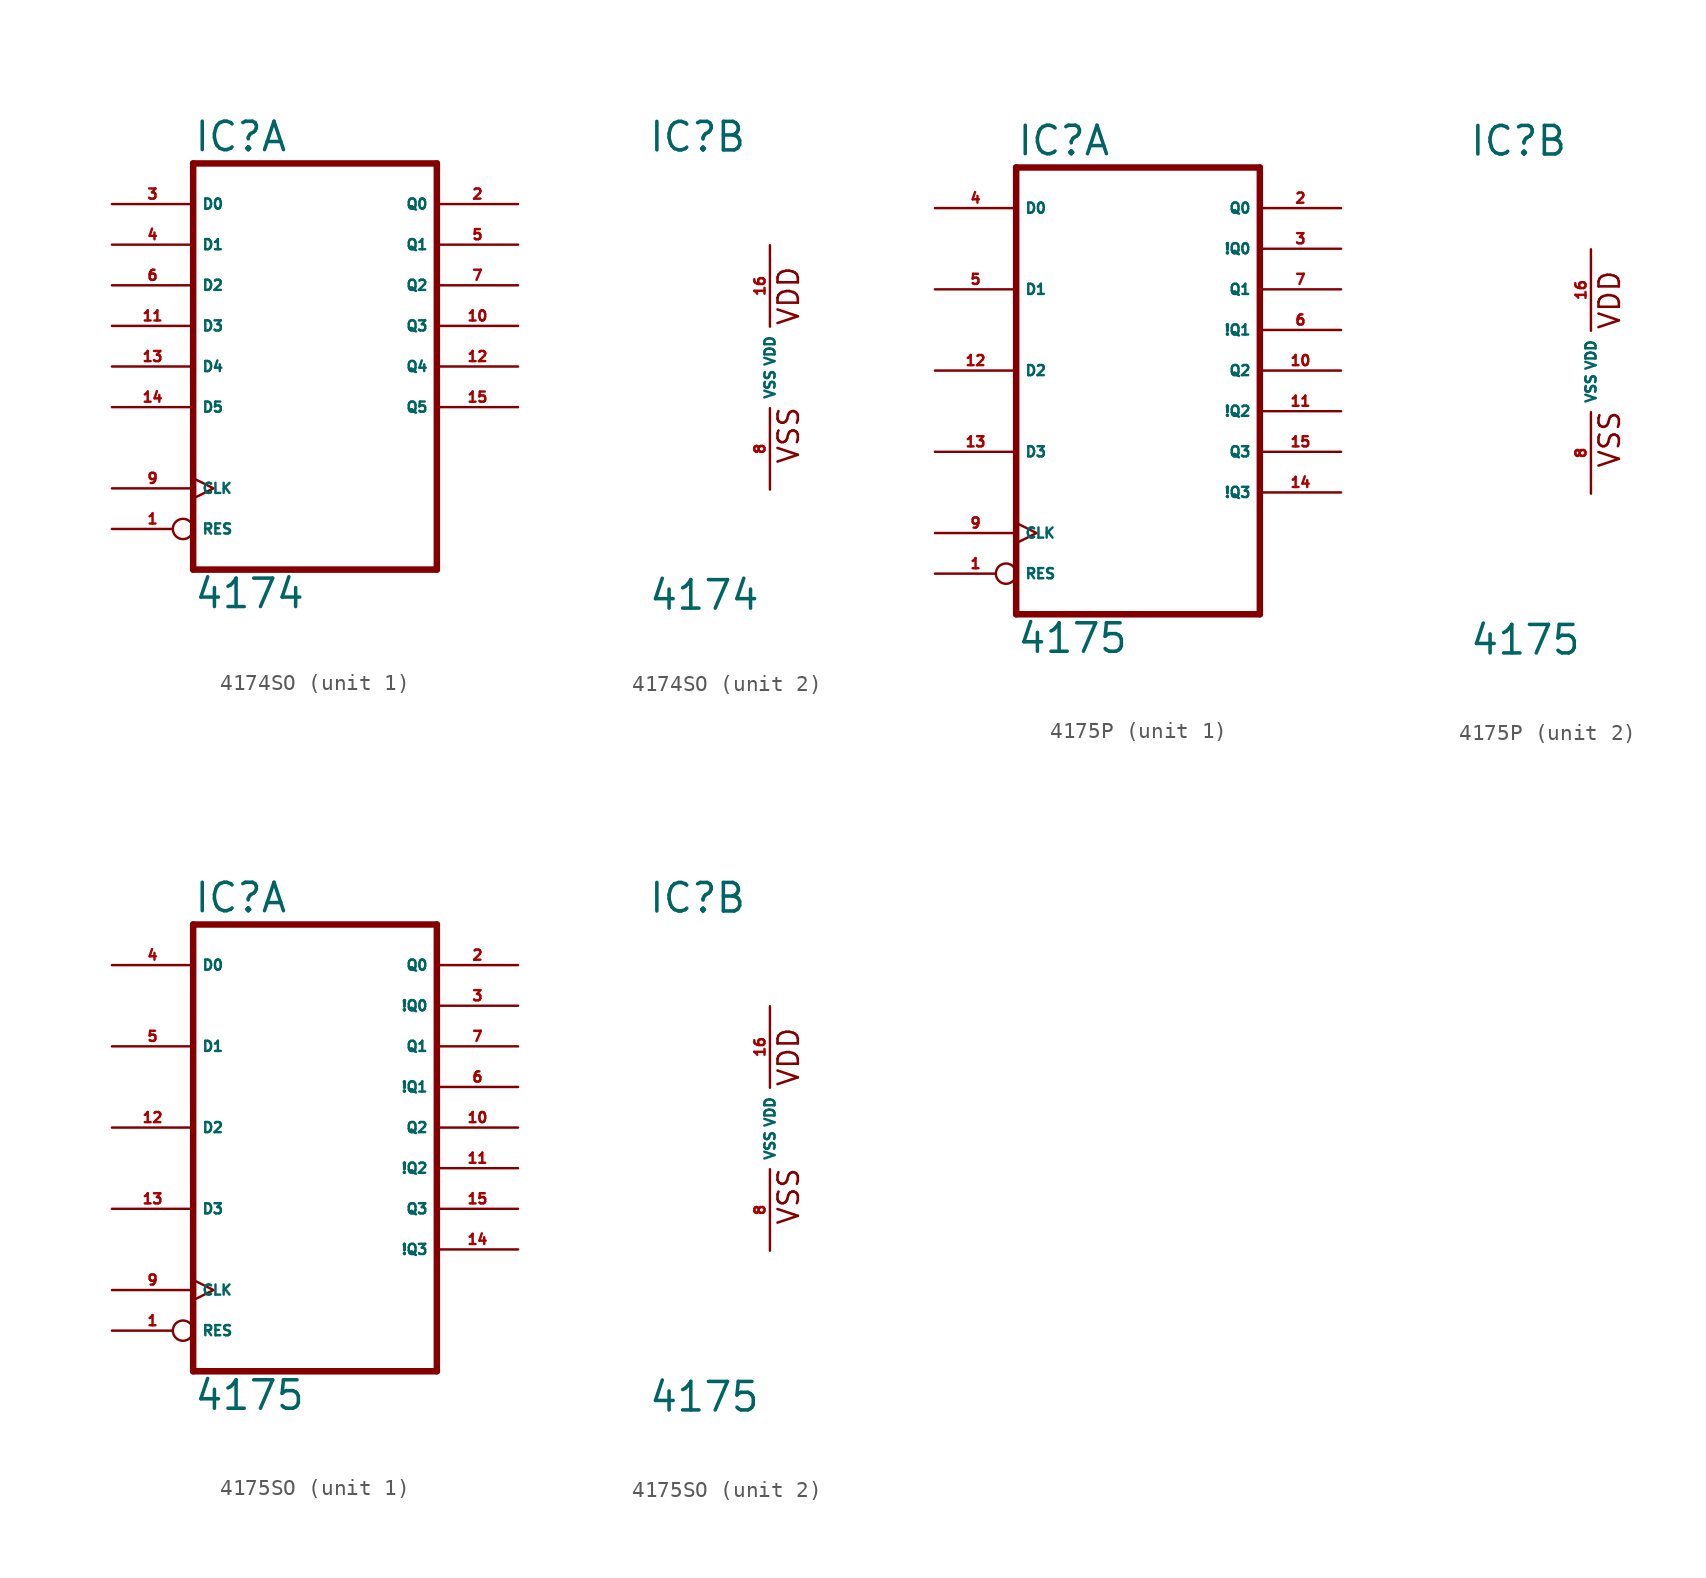
<source format=kicad_sym>
(kicad_symbol_lib
  (version 20220914)
  (generator Eagle2Kicad)
  (symbol "4174SO"
    (property "Reference" "IC"
      (at -7.62 13.335 0)
      (effects (font (size 1.778 1.778) (thickness 0.22)) (justify left bottom)))
    (property "Value" "4174"
      (at -7.62 -15.24 0)
      (effects (font (size 1.778 1.778) (thickness 0.22)) (justify left bottom)))
    (symbol "4174SO_1_0"
      (polyline (pts (xy -7.62 -12.7) (xy 7.62 -12.7)) (stroke (width 0.406) (type default)) (fill (type none)))
      (polyline (pts (xy 7.62 -12.7) (xy 7.62 12.7)) (stroke (width 0.406) (type default)) (fill (type none)))
      (polyline (pts (xy 7.62 12.7) (xy -7.62 12.7)) (stroke (width 0.406) (type default)) (fill (type none)))
      (polyline (pts (xy -7.62 12.7) (xy -7.62 -12.7)) (stroke (width 0.406) (type default)) (fill (type none)))
      (pin input inverted (at -12.7 -10.16 0) (length 5.08) (name "RES" (effects (font (size 0.635 0.635) (thickness 0.08)) (justify left bottom))) (number "1" (effects (font (size 0.635 0.635) (thickness 0.08)) (justify left bottom))))
      (pin output line (at 12.7 10.16 180) (length 5.08) (name "Q0" (effects (font (size 0.635 0.635) (thickness 0.08)) (justify left bottom))) (number "2" (effects (font (size 0.635 0.635) (thickness 0.08)) (justify left bottom))))
      (pin input line (at -12.7 10.16 0) (length 5.08) (name "D0" (effects (font (size 0.635 0.635) (thickness 0.08)) (justify left bottom))) (number "3" (effects (font (size 0.635 0.635) (thickness 0.08)) (justify left bottom))))
      (pin input line (at -12.7 7.62 0) (length 5.08) (name "D1" (effects (font (size 0.635 0.635) (thickness 0.08)) (justify left bottom))) (number "4" (effects (font (size 0.635 0.635) (thickness 0.08)) (justify left bottom))))
      (pin output line (at 12.7 7.62 180) (length 5.08) (name "Q1" (effects (font (size 0.635 0.635) (thickness 0.08)) (justify left bottom))) (number "5" (effects (font (size 0.635 0.635) (thickness 0.08)) (justify left bottom))))
      (pin input line (at -12.7 5.08 0) (length 5.08) (name "D2" (effects (font (size 0.635 0.635) (thickness 0.08)) (justify left bottom))) (number "6" (effects (font (size 0.635 0.635) (thickness 0.08)) (justify left bottom))))
      (pin output line (at 12.7 5.08 180) (length 5.08) (name "Q2" (effects (font (size 0.635 0.635) (thickness 0.08)) (justify left bottom))) (number "7" (effects (font (size 0.635 0.635) (thickness 0.08)) (justify left bottom))))
      (pin input clock (at -12.7 -7.62 0) (length 5.08) (name "CLK" (effects (font (size 0.635 0.635) (thickness 0.08)) (justify left bottom))) (number "9" (effects (font (size 0.635 0.635) (thickness 0.08)) (justify left bottom))))
      (pin output line (at 12.7 2.54 180) (length 5.08) (name "Q3" (effects (font (size 0.635 0.635) (thickness 0.08)) (justify left bottom))) (number "10" (effects (font (size 0.635 0.635) (thickness 0.08)) (justify left bottom))))
      (pin input line (at -12.7 2.54 0) (length 5.08) (name "D3" (effects (font (size 0.635 0.635) (thickness 0.08)) (justify left bottom))) (number "11" (effects (font (size 0.635 0.635) (thickness 0.08)) (justify left bottom))))
      (pin output line (at 12.7 0 180) (length 5.08) (name "Q4" (effects (font (size 0.635 0.635) (thickness 0.08)) (justify left bottom))) (number "12" (effects (font (size 0.635 0.635) (thickness 0.08)) (justify left bottom))))
      (pin input line (at -12.7 0 0) (length 5.08) (name "D4" (effects (font (size 0.635 0.635) (thickness 0.08)) (justify left bottom))) (number "13" (effects (font (size 0.635 0.635) (thickness 0.08)) (justify left bottom))))
      (pin input line (at -12.7 -2.54 0) (length 5.08) (name "D5" (effects (font (size 0.635 0.635) (thickness 0.08)) (justify left bottom))) (number "14" (effects (font (size 0.635 0.635) (thickness 0.08)) (justify left bottom))))
      (pin output line (at 12.7 -2.54 180) (length 5.08) (name "Q5" (effects (font (size 0.635 0.635) (thickness 0.08)) (justify left bottom))) (number "15" (effects (font (size 0.635 0.635) (thickness 0.08)) (justify left bottom)))))
    (symbol "4174SO_2_0"
      (text "VDD" (at 1.905 2.54 900) (effects (font (size 1.27 1.27) (thickness 0.16)) (justify left bottom)))
      (text "VSS" (at 1.905 -6.096 900) (effects (font (size 1.27 1.27) (thickness 0.16)) (justify left bottom)))
      (pin unspecified line (at 0 -7.62 90) (length 5.08) (name "VSS" (effects (font (size 0.635 0.635) (thickness 0.08)) (justify left bottom))) (number "8" (effects (font (size 0.635 0.635) (thickness 0.08)) (justify left bottom))))
      (pin unspecified line (at 0 7.62 270) (length 5.08) (name "VDD" (effects (font (size 0.635 0.635) (thickness 0.08)) (justify left bottom))) (number "16" (effects (font (size 0.635 0.635) (thickness 0.08)) (justify left bottom))))))
  (symbol "4175P"
    (property "Reference" "IC"
      (at -7.62 13.335 0)
      (effects (font (size 1.778 1.778) (thickness 0.22)) (justify left bottom)))
    (property "Value" "4175"
      (at -7.62 -17.78 0)
      (effects (font (size 1.778 1.778) (thickness 0.22)) (justify left bottom)))
    (symbol "4175P_1_0"
      (polyline (pts (xy -7.62 -15.24) (xy 7.62 -15.24)) (stroke (width 0.406) (type default)) (fill (type none)))
      (polyline (pts (xy 7.62 -15.24) (xy 7.62 12.7)) (stroke (width 0.406) (type default)) (fill (type none)))
      (polyline (pts (xy 7.62 12.7) (xy -7.62 12.7)) (stroke (width 0.406) (type default)) (fill (type none)))
      (polyline (pts (xy -7.62 12.7) (xy -7.62 -15.24)) (stroke (width 0.406) (type default)) (fill (type none)))
      (pin input inverted (at -12.7 -12.7 0) (length 5.08) (name "RES" (effects (font (size 0.635 0.635) (thickness 0.08)) (justify left bottom))) (number "1" (effects (font (size 0.635 0.635) (thickness 0.08)) (justify left bottom))))
      (pin output line (at 12.7 10.16 180) (length 5.08) (name "Q0" (effects (font (size 0.635 0.635) (thickness 0.08)) (justify left bottom))) (number "2" (effects (font (size 0.635 0.635) (thickness 0.08)) (justify left bottom))))
      (pin output line (at 12.7 7.62 180) (length 5.08) (name "!Q0" (effects (font (size 0.635 0.635) (thickness 0.08)) (justify left bottom))) (number "3" (effects (font (size 0.635 0.635) (thickness 0.08)) (justify left bottom))))
      (pin input line (at -12.7 10.16 0) (length 5.08) (name "D0" (effects (font (size 0.635 0.635) (thickness 0.08)) (justify left bottom))) (number "4" (effects (font (size 0.635 0.635) (thickness 0.08)) (justify left bottom))))
      (pin input line (at -12.7 5.08 0) (length 5.08) (name "D1" (effects (font (size 0.635 0.635) (thickness 0.08)) (justify left bottom))) (number "5" (effects (font (size 0.635 0.635) (thickness 0.08)) (justify left bottom))))
      (pin output line (at 12.7 2.54 180) (length 5.08) (name "!Q1" (effects (font (size 0.635 0.635) (thickness 0.08)) (justify left bottom))) (number "6" (effects (font (size 0.635 0.635) (thickness 0.08)) (justify left bottom))))
      (pin output line (at 12.7 5.08 180) (length 5.08) (name "Q1" (effects (font (size 0.635 0.635) (thickness 0.08)) (justify left bottom))) (number "7" (effects (font (size 0.635 0.635) (thickness 0.08)) (justify left bottom))))
      (pin input clock (at -12.7 -10.16 0) (length 5.08) (name "CLK" (effects (font (size 0.635 0.635) (thickness 0.08)) (justify left bottom))) (number "9" (effects (font (size 0.635 0.635) (thickness 0.08)) (justify left bottom))))
      (pin output line (at 12.7 0 180) (length 5.08) (name "Q2" (effects (font (size 0.635 0.635) (thickness 0.08)) (justify left bottom))) (number "10" (effects (font (size 0.635 0.635) (thickness 0.08)) (justify left bottom))))
      (pin output line (at 12.7 -2.54 180) (length 5.08) (name "!Q2" (effects (font (size 0.635 0.635) (thickness 0.08)) (justify left bottom))) (number "11" (effects (font (size 0.635 0.635) (thickness 0.08)) (justify left bottom))))
      (pin input line (at -12.7 0 0) (length 5.08) (name "D2" (effects (font (size 0.635 0.635) (thickness 0.08)) (justify left bottom))) (number "12" (effects (font (size 0.635 0.635) (thickness 0.08)) (justify left bottom))))
      (pin input line (at -12.7 -5.08 0) (length 5.08) (name "D3" (effects (font (size 0.635 0.635) (thickness 0.08)) (justify left bottom))) (number "13" (effects (font (size 0.635 0.635) (thickness 0.08)) (justify left bottom))))
      (pin output line (at 12.7 -7.62 180) (length 5.08) (name "!Q3" (effects (font (size 0.635 0.635) (thickness 0.08)) (justify left bottom))) (number "14" (effects (font (size 0.635 0.635) (thickness 0.08)) (justify left bottom))))
      (pin output line (at 12.7 -5.08 180) (length 5.08) (name "Q3" (effects (font (size 0.635 0.635) (thickness 0.08)) (justify left bottom))) (number "15" (effects (font (size 0.635 0.635) (thickness 0.08)) (justify left bottom)))))
    (symbol "4175P_2_0"
      (text "VDD" (at 1.905 2.54 900) (effects (font (size 1.27 1.27) (thickness 0.16)) (justify left bottom)))
      (text "VSS" (at 1.905 -6.096 900) (effects (font (size 1.27 1.27) (thickness 0.16)) (justify left bottom)))
      (pin unspecified line (at 0 -7.62 90) (length 5.08) (name "VSS" (effects (font (size 0.635 0.635) (thickness 0.08)) (justify left bottom))) (number "8" (effects (font (size 0.635 0.635) (thickness 0.08)) (justify left bottom))))
      (pin unspecified line (at 0 7.62 270) (length 5.08) (name "VDD" (effects (font (size 0.635 0.635) (thickness 0.08)) (justify left bottom))) (number "16" (effects (font (size 0.635 0.635) (thickness 0.08)) (justify left bottom))))))
  (symbol "4175SO"
    (property "Reference" "IC"
      (at -7.62 13.335 0)
      (effects (font (size 1.778 1.778) (thickness 0.22)) (justify left bottom)))
    (property "Value" "4175"
      (at -7.62 -17.78 0)
      (effects (font (size 1.778 1.778) (thickness 0.22)) (justify left bottom)))
    (symbol "4175SO_1_0"
      (polyline (pts (xy -7.62 -15.24) (xy 7.62 -15.24)) (stroke (width 0.406) (type default)) (fill (type none)))
      (polyline (pts (xy 7.62 -15.24) (xy 7.62 12.7)) (stroke (width 0.406) (type default)) (fill (type none)))
      (polyline (pts (xy 7.62 12.7) (xy -7.62 12.7)) (stroke (width 0.406) (type default)) (fill (type none)))
      (polyline (pts (xy -7.62 12.7) (xy -7.62 -15.24)) (stroke (width 0.406) (type default)) (fill (type none)))
      (pin input inverted (at -12.7 -12.7 0) (length 5.08) (name "RES" (effects (font (size 0.635 0.635) (thickness 0.08)) (justify left bottom))) (number "1" (effects (font (size 0.635 0.635) (thickness 0.08)) (justify left bottom))))
      (pin output line (at 12.7 10.16 180) (length 5.08) (name "Q0" (effects (font (size 0.635 0.635) (thickness 0.08)) (justify left bottom))) (number "2" (effects (font (size 0.635 0.635) (thickness 0.08)) (justify left bottom))))
      (pin output line (at 12.7 7.62 180) (length 5.08) (name "!Q0" (effects (font (size 0.635 0.635) (thickness 0.08)) (justify left bottom))) (number "3" (effects (font (size 0.635 0.635) (thickness 0.08)) (justify left bottom))))
      (pin input line (at -12.7 10.16 0) (length 5.08) (name "D0" (effects (font (size 0.635 0.635) (thickness 0.08)) (justify left bottom))) (number "4" (effects (font (size 0.635 0.635) (thickness 0.08)) (justify left bottom))))
      (pin input line (at -12.7 5.08 0) (length 5.08) (name "D1" (effects (font (size 0.635 0.635) (thickness 0.08)) (justify left bottom))) (number "5" (effects (font (size 0.635 0.635) (thickness 0.08)) (justify left bottom))))
      (pin output line (at 12.7 2.54 180) (length 5.08) (name "!Q1" (effects (font (size 0.635 0.635) (thickness 0.08)) (justify left bottom))) (number "6" (effects (font (size 0.635 0.635) (thickness 0.08)) (justify left bottom))))
      (pin output line (at 12.7 5.08 180) (length 5.08) (name "Q1" (effects (font (size 0.635 0.635) (thickness 0.08)) (justify left bottom))) (number "7" (effects (font (size 0.635 0.635) (thickness 0.08)) (justify left bottom))))
      (pin input clock (at -12.7 -10.16 0) (length 5.08) (name "CLK" (effects (font (size 0.635 0.635) (thickness 0.08)) (justify left bottom))) (number "9" (effects (font (size 0.635 0.635) (thickness 0.08)) (justify left bottom))))
      (pin output line (at 12.7 0 180) (length 5.08) (name "Q2" (effects (font (size 0.635 0.635) (thickness 0.08)) (justify left bottom))) (number "10" (effects (font (size 0.635 0.635) (thickness 0.08)) (justify left bottom))))
      (pin output line (at 12.7 -2.54 180) (length 5.08) (name "!Q2" (effects (font (size 0.635 0.635) (thickness 0.08)) (justify left bottom))) (number "11" (effects (font (size 0.635 0.635) (thickness 0.08)) (justify left bottom))))
      (pin input line (at -12.7 0 0) (length 5.08) (name "D2" (effects (font (size 0.635 0.635) (thickness 0.08)) (justify left bottom))) (number "12" (effects (font (size 0.635 0.635) (thickness 0.08)) (justify left bottom))))
      (pin input line (at -12.7 -5.08 0) (length 5.08) (name "D3" (effects (font (size 0.635 0.635) (thickness 0.08)) (justify left bottom))) (number "13" (effects (font (size 0.635 0.635) (thickness 0.08)) (justify left bottom))))
      (pin output line (at 12.7 -7.62 180) (length 5.08) (name "!Q3" (effects (font (size 0.635 0.635) (thickness 0.08)) (justify left bottom))) (number "14" (effects (font (size 0.635 0.635) (thickness 0.08)) (justify left bottom))))
      (pin output line (at 12.7 -5.08 180) (length 5.08) (name "Q3" (effects (font (size 0.635 0.635) (thickness 0.08)) (justify left bottom))) (number "15" (effects (font (size 0.635 0.635) (thickness 0.08)) (justify left bottom)))))
    (symbol "4175SO_2_0"
      (text "VDD" (at 1.905 2.54 900) (effects (font (size 1.27 1.27) (thickness 0.16)) (justify left bottom)))
      (text "VSS" (at 1.905 -6.096 900) (effects (font (size 1.27 1.27) (thickness 0.16)) (justify left bottom)))
      (pin unspecified line (at 0 -7.62 90) (length 5.08) (name "VSS" (effects (font (size 0.635 0.635) (thickness 0.08)) (justify left bottom))) (number "8" (effects (font (size 0.635 0.635) (thickness 0.08)) (justify left bottom))))
      (pin unspecified line (at 0 7.62 270) (length 5.08) (name "VDD" (effects (font (size 0.635 0.635) (thickness 0.08)) (justify left bottom))) (number "16" (effects (font (size 0.635 0.635) (thickness 0.08)) (justify left bottom)))))))
</source>
